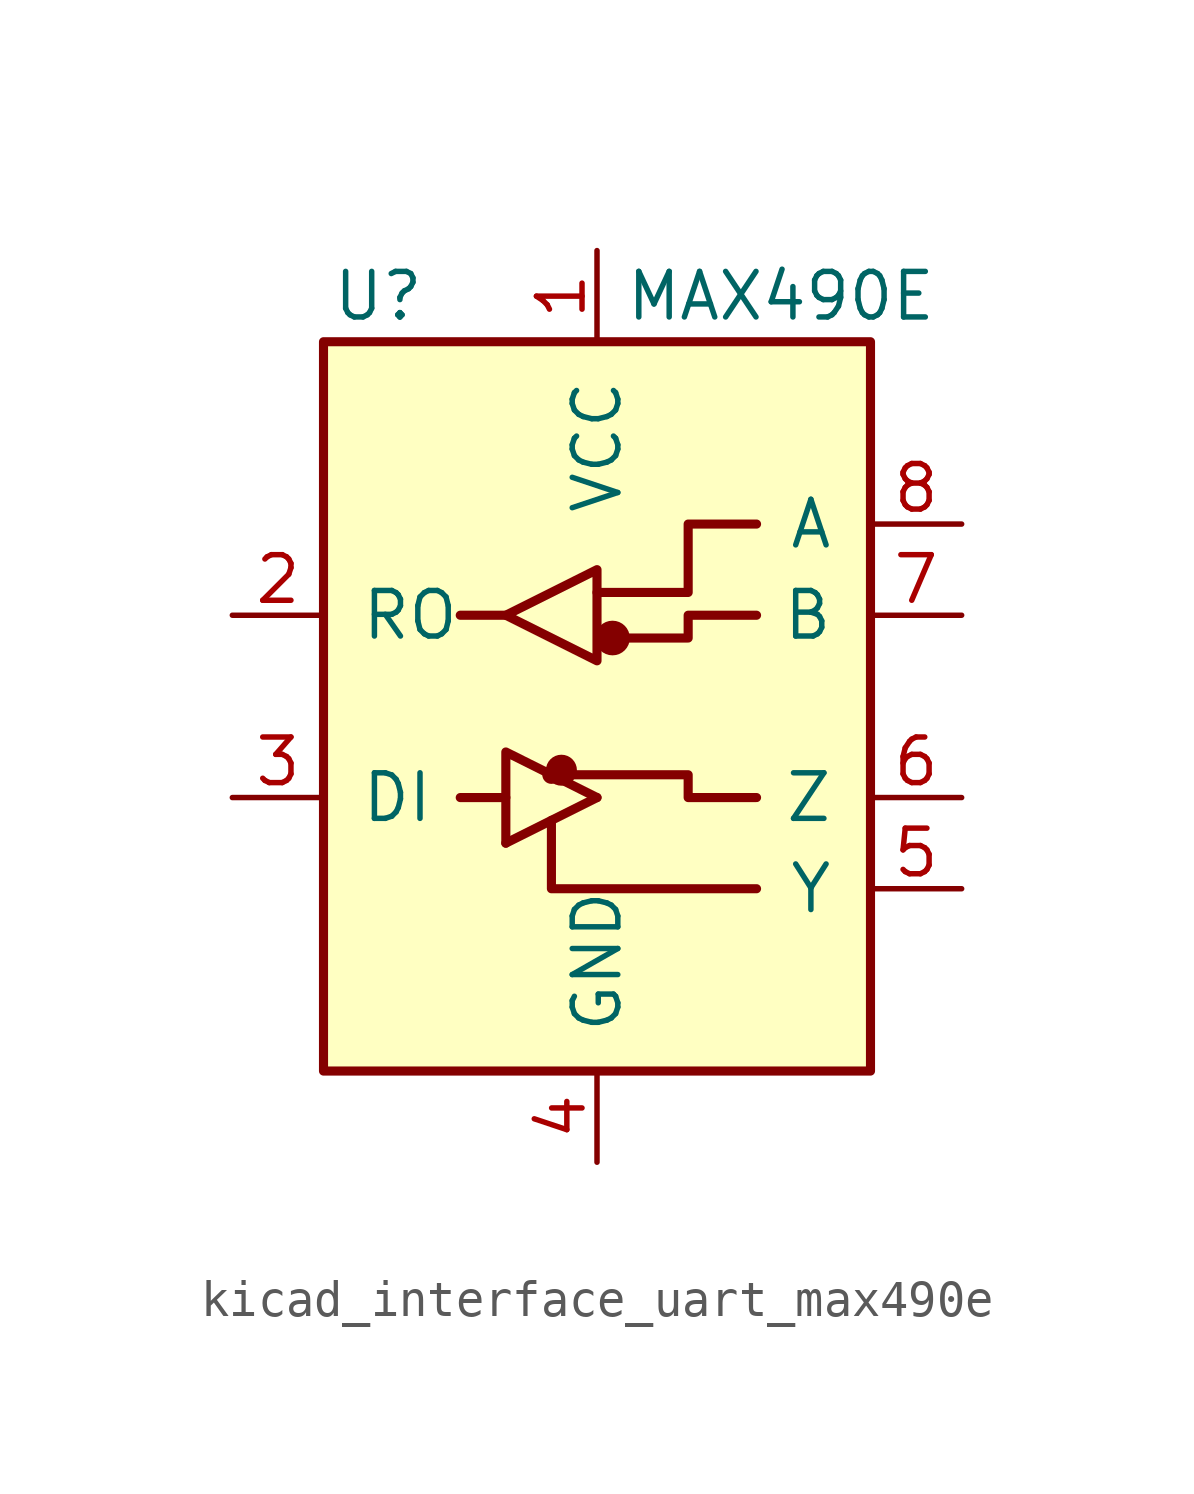
<source format=kicad_sym>
(kicad_symbol_lib
  (version 20220914)
  (generator kicad_symbol_editor)
  (symbol "kicad_interface_uart_max490e"
    (pin_names
      (offset 1.016))
    (property "Reference" "U"
      (at -6.096 11.43 0)
      (effects (font (size 1.27 1.27))))
    (property "Value" "MAX490E"
      (at 0.762 11.43 0)
      (effects (font (size 1.27 1.27)) (justify left)))
    (symbol "kicad_interface_uart_max490e_0_1"
      (rectangle (start -7.62 10.16) (end 7.62 -10.16) (stroke (width 0.254) (type default)) (fill (type background)))
      (circle (center -1.27 -1.905) (radius 0.0001) (stroke (width 0.254) (type default)) (fill (type none)))
      (circle (center -0.991 -1.778) (radius 0.305) (stroke (width 0.254) (type default)) (fill (type outline)))
      (polyline (pts (xy -2.54 -3.81) (xy 0 -2.54)) (stroke (width 0.254) (type default)) (fill (type none)))
      (polyline (pts (xy -2.54 -2.54) (xy -3.81 -2.54)) (stroke (width 0.254) (type default)) (fill (type none)))
      (polyline (pts (xy -2.54 2.54) (xy -3.81 2.54)) (stroke (width 0.254) (type default)) (fill (type none)))
      (polyline (pts (xy -0.635 -1.905) (xy -1.27 -1.905)) (stroke (width 0) (type default)) (fill (type none)))
      (polyline (pts (xy -2.54 -3.81) (xy -2.54 -1.27) (xy 0 -2.54)) (stroke (width 0.254) (type default)) (fill (type none)))
      (polyline (pts (xy -1.27 -3.175) (xy -1.27 -5.08) (xy 4.445 -5.08)) (stroke (width 0.254) (type default)) (fill (type none)))
      (polyline (pts (xy -2.54 2.54) (xy 0 3.81) (xy 0 1.27) (xy -2.54 2.54)) (stroke (width 0.254) (type default)) (fill (type none)))
      (polyline (pts (xy -0.635 -1.905) (xy 2.54 -1.905) (xy 2.54 -2.54) (xy 4.445 -2.54)) (stroke (width 0.254) (type default)) (fill (type none)))
      (polyline (pts (xy 0 3.175) (xy 2.54 3.175) (xy 2.54 5.08) (xy 4.445 5.08)) (stroke (width 0.254) (type default)) (fill (type none)))
      (polyline (pts (xy 0.635 1.905) (xy 2.54 1.905) (xy 2.54 2.54) (xy 4.445 2.54)) (stroke (width 0.254) (type default)) (fill (type none)))
      (circle (center 0.432 1.905) (radius 0.356) (stroke (width 0.254) (type default)) (fill (type outline))))
    (symbol "kicad_interface_uart_max490e_1_1"
      (pin power_in line (at 0 12.7 270) (length 2.54) (name "VCC" (effects (font (size 1.27 1.27)))) (number "1" (effects (font (size 1.27 1.27)))))
      (pin output line (at -10.16 2.54 0) (length 2.54) (name "RO" (effects (font (size 1.27 1.27)))) (number "2" (effects (font (size 1.27 1.27)))))
      (pin input line (at -10.16 -2.54 0) (length 2.54) (name "DI" (effects (font (size 1.27 1.27)))) (number "3" (effects (font (size 1.27 1.27)))))
      (pin power_in line (at 0 -12.7 90) (length 2.54) (name "GND" (effects (font (size 1.27 1.27)))) (number "4" (effects (font (size 1.27 1.27)))))
      (pin output line (at 10.16 -5.08 180) (length 2.54) (name "Y" (effects (font (size 1.27 1.27)))) (number "5" (effects (font (size 1.27 1.27)))))
      (pin output line (at 10.16 -2.54 180) (length 2.54) (name "Z" (effects (font (size 1.27 1.27)))) (number "6" (effects (font (size 1.27 1.27)))))
      (pin input line (at 10.16 2.54 180) (length 2.54) (name "B" (effects (font (size 1.27 1.27)))) (number "7" (effects (font (size 1.27 1.27)))))
      (pin input line (at 10.16 5.08 180) (length 2.54) (name "A" (effects (font (size 1.27 1.27)))) (number "8" (effects (font (size 1.27 1.27))))))))
</source>
